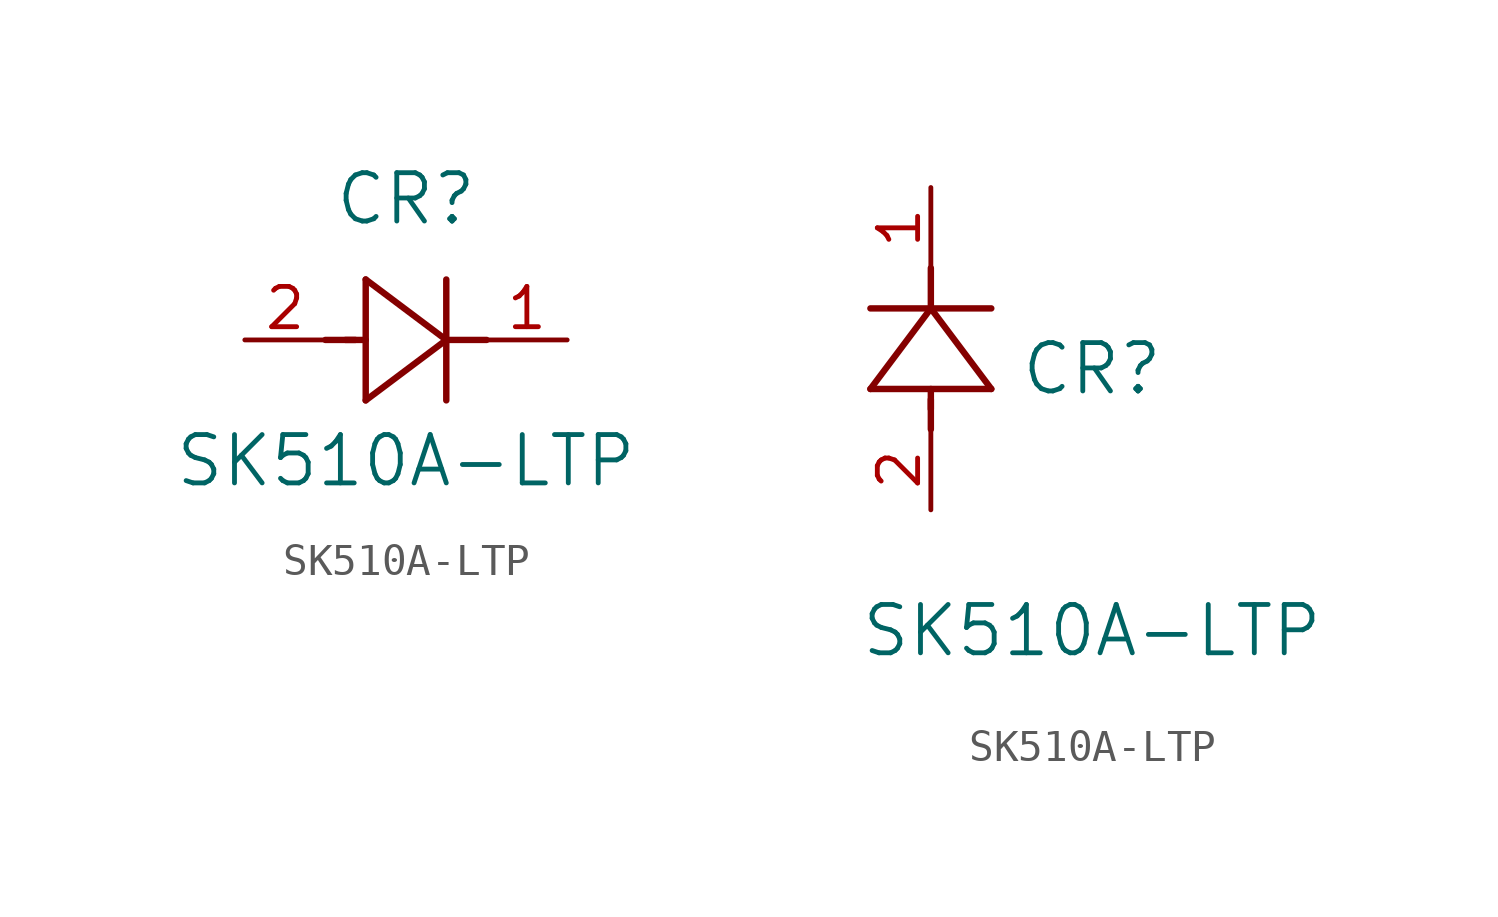
<source format=kicad_sym>
(kicad_symbol_lib
  (version 20211014)
  (generator kicad_symbol_editor)
  (symbol "SK510A-LTP"
    (pin_names
      (offset 0.254))
    (property "Reference" "CR"
      (at 5.08 4.445 0)
      (effects (font (size 1.524 1.524))))
    (property "Value" "SK510A-LTP"
      (at 5.08 -3.81 0)
      (effects (font (size 1.524 1.524))))
    (symbol "SK510A-LTP_1_1"
      (polyline (pts (xy 2.54 0) (xy 3.48 0)) (stroke (width 0.203) (type default) (color 0 0 0 0)) (fill (type none)))
      (polyline (pts (xy 3.81 1.905) (xy 3.81 -1.905)) (stroke (width 0.203) (type default) (color 0 0 0 0)) (fill (type none)))
      (polyline (pts (xy 3.175 0) (xy 3.81 0)) (stroke (width 0.203) (type default) (color 0 0 0 0)) (fill (type none)))
      (polyline (pts (xy 6.35 -1.905) (xy 6.35 1.905)) (stroke (width 0.203) (type default) (color 0 0 0 0)) (fill (type none)))
      (polyline (pts (xy 6.35 0) (xy 7.62 0)) (stroke (width 0.203) (type default) (color 0 0 0 0)) (fill (type none)))
      (polyline (pts (xy 6.35 0) (xy 3.81 1.905)) (stroke (width 0.203) (type default) (color 0 0 0 0)) (fill (type none)))
      (polyline (pts (xy 3.81 -1.905) (xy 6.35 0)) (stroke (width 0.203) (type default) (color 0 0 0 0)) (fill (type none)))
      (pin unspecified line (at 0 0 0) (length 2.54) (name "" (effects (font (size 1.27 1.27)))) (number "2" (effects (font (size 1.27 1.27)))))
      (pin unspecified line (at 10.16 0 180) (length 2.54) (name "" (effects (font (size 1.27 1.27)))) (number "1" (effects (font (size 1.27 1.27))))))
    (symbol "SK510A-LTP_1_2"
      (polyline (pts (xy 0 2.54) (xy 0 3.48)) (stroke (width 0.203) (type default) (color 0 0 0 0)) (fill (type none)))
      (polyline (pts (xy -1.905 3.81) (xy 1.905 3.81)) (stroke (width 0.203) (type default) (color 0 0 0 0)) (fill (type none)))
      (polyline (pts (xy 0 3.175) (xy 0 3.81)) (stroke (width 0.203) (type default) (color 0 0 0 0)) (fill (type none)))
      (polyline (pts (xy 1.905 6.35) (xy -1.905 6.35)) (stroke (width 0.203) (type default) (color 0 0 0 0)) (fill (type none)))
      (polyline (pts (xy 0 6.35) (xy 0 7.62)) (stroke (width 0.203) (type default) (color 0 0 0 0)) (fill (type none)))
      (polyline (pts (xy 0 6.35) (xy -1.905 3.81)) (stroke (width 0.203) (type default) (color 0 0 0 0)) (fill (type none)))
      (polyline (pts (xy 1.905 3.81) (xy 0 6.35)) (stroke (width 0.203) (type default) (color 0 0 0 0)) (fill (type none)))
      (pin unspecified line (at 0 0 90) (length 2.54) (name "" (effects (font (size 1.27 1.27)))) (number "2" (effects (font (size 1.27 1.27)))))
      (pin unspecified line (at 0 10.16 270) (length 2.54) (name "" (effects (font (size 1.27 1.27)))) (number "1" (effects (font (size 1.27 1.27))))))))
</source>
